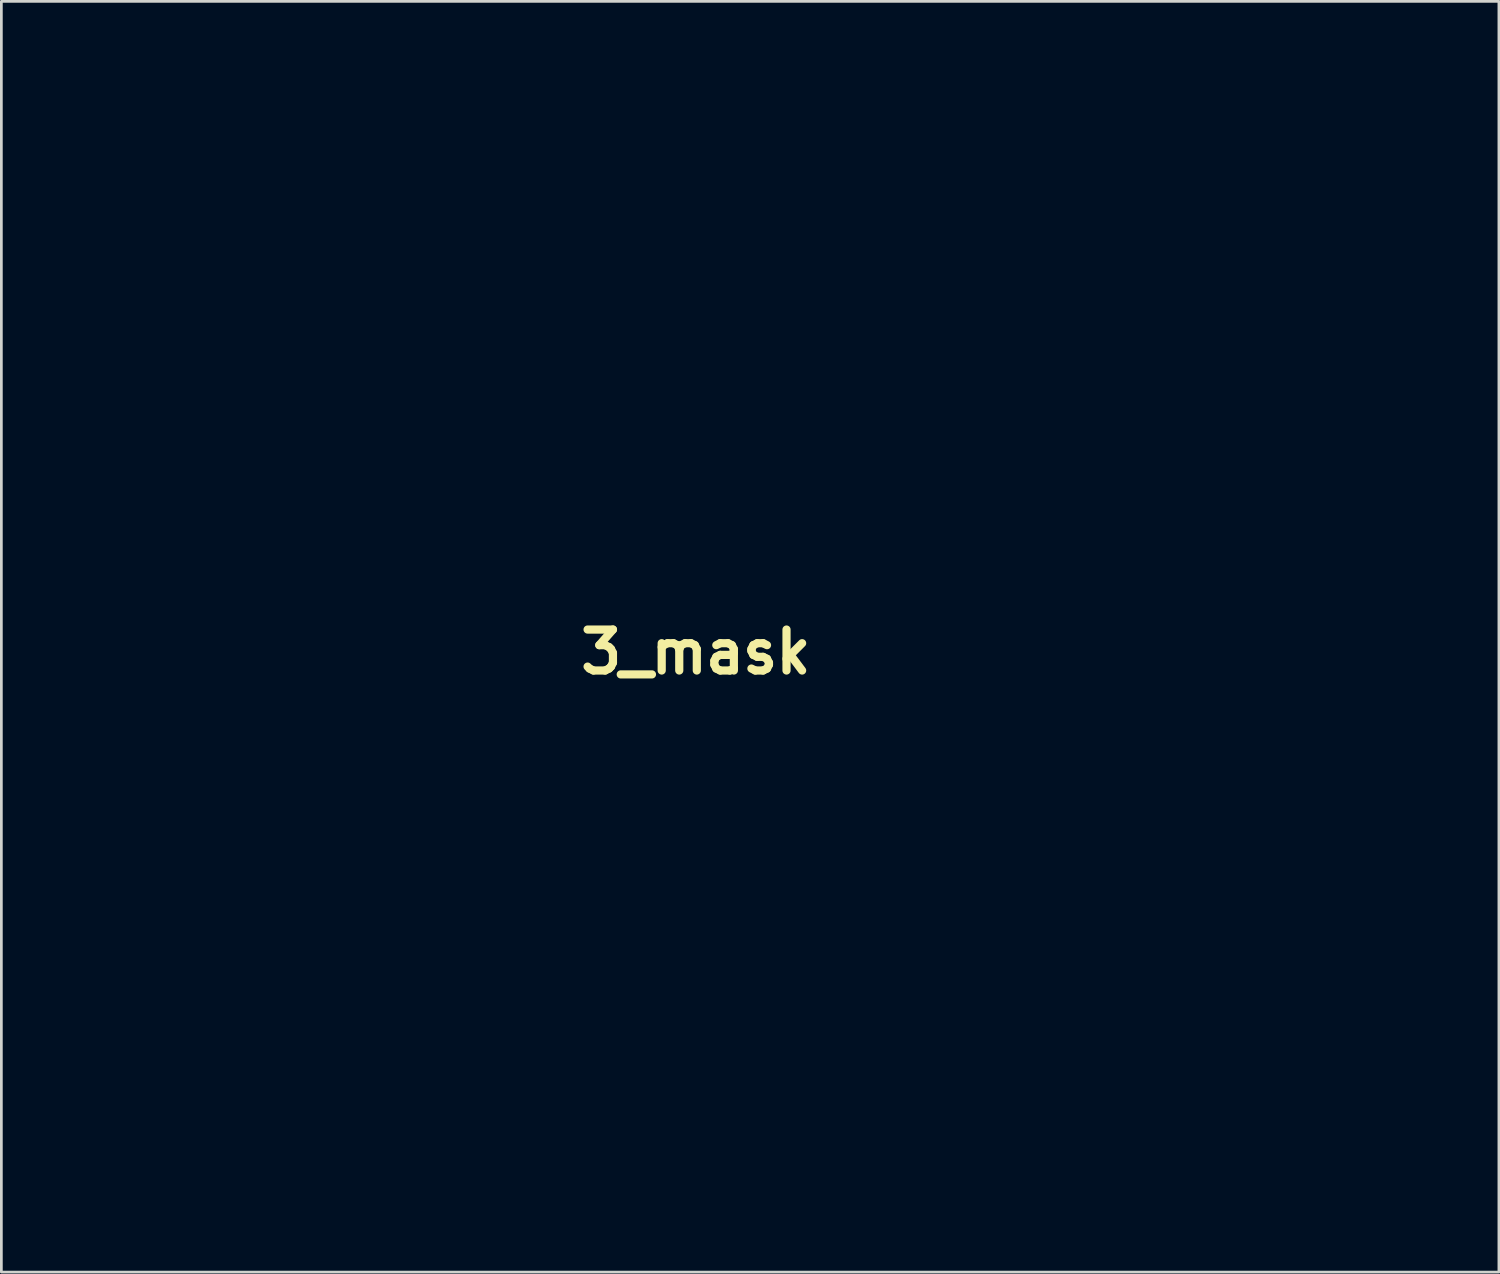
<source format=kicad_pcb>
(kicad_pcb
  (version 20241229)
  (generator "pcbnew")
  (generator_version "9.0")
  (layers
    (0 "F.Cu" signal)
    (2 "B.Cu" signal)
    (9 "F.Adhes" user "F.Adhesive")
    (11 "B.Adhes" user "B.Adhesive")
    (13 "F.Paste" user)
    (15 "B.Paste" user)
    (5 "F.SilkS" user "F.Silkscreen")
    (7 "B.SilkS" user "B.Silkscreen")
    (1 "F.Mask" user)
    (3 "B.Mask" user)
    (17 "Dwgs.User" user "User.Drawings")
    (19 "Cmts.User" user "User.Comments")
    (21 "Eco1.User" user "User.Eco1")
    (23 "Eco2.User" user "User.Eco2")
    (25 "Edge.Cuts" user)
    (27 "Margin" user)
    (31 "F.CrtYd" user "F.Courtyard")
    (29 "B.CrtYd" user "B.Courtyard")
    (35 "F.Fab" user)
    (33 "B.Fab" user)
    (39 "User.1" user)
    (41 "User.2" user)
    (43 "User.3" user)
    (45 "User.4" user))
  (footprint "3_mask"
    (layer "F.Cu")
    (at 22.436 20.83)
    (property "Reference" "3_mask" (at 0 0 0) (layer "F.SilkS") (effects (font (size 1.5 1.5) (thickness 0.3))))
    (attr board_only exclude_from_pos_files exclude_from_bom)
    (fp_poly (pts (xy -19.225 7.07) (xy -19.153 7.212) (xy -19.196 7.38) (xy -19.262 7.451) (xy -19.298 7.502) (xy -19.327 7.601) (xy -19.349 7.765) (xy -19.366 8.011) (xy -19.377 8.358) (xy -19.384 8.821) (xy -19.388 9.419) (xy -19.389 10.152) (xy -19.389 12.748) (xy -19.897 13.25) (xy -20.405 13.753) (xy -20.405 16.445) (xy -20.402 17.294) (xy -20.395 17.982) (xy -20.382 18.517) (xy -20.364 18.908) (xy -20.34 19.162) (xy -20.31 19.289) (xy -20.307 19.294) (xy -20.249 19.481) (xy -20.262 19.589) (xy -20.379 19.706) (xy -20.551 19.712) (xy -20.708 19.612) (xy -20.74 19.564) (xy -20.778 19.392) (xy -20.701 19.274) (xy -20.665 19.216) (xy -20.637 19.112) (xy -20.615 18.944) (xy -20.598 18.695) (xy -20.587 18.348) (xy -20.579 17.886) (xy -20.575 17.291) (xy -20.574 16.547) (xy -20.574 16.408) (xy -20.574 13.669) (xy -20.024 13.123) (xy -19.473 12.578) (xy -19.473 10.066) (xy -19.474 9.336) (xy -19.478 8.758) (xy -19.485 8.314) (xy -19.496 7.988) (xy -19.513 7.761) (xy -19.535 7.617) (xy -19.565 7.537) (xy -19.6 7.505) (xy -19.708 7.39) (xy -19.713 7.219) (xy -19.619 7.066) (xy -19.577 7.037) (xy -19.378 6.996)) (stroke (width 0) (type solid)) (fill yes) (layer "F.Mask"))
    (fp_poly (pts (xy -5.613 -12.243) (xy -5.521 -12.098) (xy -5.52 -12.019) (xy -5.484 -11.919) (xy -5.352 -11.737) (xy -5.117 -11.466) (xy -4.775 -11.098) (xy -4.317 -10.628) (xy -3.98 -10.289) (xy -2.415 -8.721) (xy 1.99 -8.721) (xy 6.395 -8.721) (xy 7.366 -9.694) (xy 8.337 -10.668) (xy 11.609 -10.668) (xy 12.454 -10.669) (xy 13.146 -10.671) (xy 13.699 -10.677) (xy 14.13 -10.685) (xy 14.453 -10.697) (xy 14.684 -10.713) (xy 14.84 -10.734) (xy 14.934 -10.76) (xy 14.984 -10.792) (xy 14.986 -10.795) (xy 15.157 -10.907) (xy 15.333 -10.897) (xy 15.471 -10.796) (xy 15.527 -10.635) (xy 15.463 -10.458) (xy 15.329 -10.374) (xy 15.158 -10.365) (xy 15.021 -10.425) (xy 14.986 -10.504) (xy 14.903 -10.524) (xy 14.664 -10.542) (xy 14.28 -10.557) (xy 13.763 -10.569) (xy 13.127 -10.577) (xy 12.383 -10.582) (xy 11.746 -10.583) (xy 8.506 -10.583) (xy 7.535 -9.61) (xy 6.564 -8.636) (xy 2.033 -8.636) (xy -2.499 -8.636) (xy -4.06 -10.198) (xy -4.611 -10.744) (xy -5.054 -11.168) (xy -5.396 -11.479) (xy -5.642 -11.679) (xy -5.8 -11.775) (xy -5.836 -11.786) (xy -6.021 -11.87) (xy -6.088 -12.027) (xy -6.021 -12.197) (xy -5.967 -12.247) (xy -5.782 -12.303)) (stroke (width 0) (type solid)) (fill yes) (layer "F.Mask"))
    (fp_poly (pts (xy -11.896 -3.698) (xy -11.646 -3.604) (xy -11.567 -3.549) (xy -11.286 -3.235) (xy -11.131 -2.864) (xy -11.102 -2.471) (xy -11.194 -2.094) (xy -11.407 -1.772) (xy -11.68 -1.568) (xy -11.938 -1.435) (xy -11.938 0.448) (xy -11.938 2.33) (xy -10.583 3.683) (xy -9.229 5.036) (xy -9.229 7.003) (xy -9.229 8.97) (xy -8.971 9.104) (xy -8.659 9.349) (xy -8.464 9.677) (xy -8.383 10.05) (xy -8.416 10.431) (xy -8.56 10.783) (xy -8.814 11.068) (xy -9.063 11.21) (xy -9.369 11.314) (xy -9.606 11.332) (xy -9.855 11.26) (xy -10.036 11.176) (xy -10.389 10.921) (xy -10.6 10.576) (xy -10.668 10.147) (xy -10.596 9.724) (xy -10.396 9.365) (xy -10.093 9.111) (xy -10.079 9.104) (xy -9.821 8.97) (xy -9.821 7.13) (xy -9.821 5.29) (xy -11.176 3.937) (xy -12.531 2.584) (xy -12.531 0.572) (xy -12.534 -0.083) (xy -12.544 -0.624) (xy -12.559 -1.038) (xy -12.58 -1.313) (xy -12.606 -1.434) (xy -12.612 -1.439) (xy -12.72 -1.491) (xy -12.898 -1.622) (xy -12.991 -1.7) (xy -13.272 -2.046) (xy -13.401 -2.435) (xy -13.378 -2.838) (xy -13.202 -3.221) (xy -13.002 -3.45) (xy -12.795 -3.618) (xy -12.599 -3.7) (xy -12.336 -3.725) (xy -12.247 -3.725)) (stroke (width 0) (type solid)) (fill yes) (layer "F.Mask"))
    (fp_poly (pts (xy -16.929 -11.137) (xy -16.635 -10.972) (xy -16.588 -10.929) (xy -16.399 -10.641) (xy -16.343 -10.327) (xy -16.404 -10.017) (xy -16.56 -9.743) (xy -16.793 -9.538) (xy -17.083 -9.432) (xy -17.411 -9.458) (xy -17.471 -9.478) (xy -17.565 -9.497) (xy -17.669 -9.471) (xy -17.806 -9.381) (xy -18.001 -9.211) (xy -18.277 -8.943) (xy -18.445 -8.776) (xy -19.219 -7.998) (xy -19.219 -1.691) (xy -19.219 4.616) (xy -17.949 5.884) (xy -16.679 7.152) (xy -16.679 10.564) (xy -16.679 13.977) (xy -16.341 14.299) (xy -16.119 14.543) (xy -16.017 14.752) (xy -16.002 14.884) (xy -16.071 15.272) (xy -16.258 15.572) (xy -16.533 15.764) (xy -16.867 15.828) (xy -17.23 15.744) (xy -17.272 15.725) (xy -17.446 15.581) (xy -17.61 15.358) (xy -17.639 15.303) (xy -17.734 15.065) (xy -17.742 14.867) (xy -17.692 14.681) (xy -17.536 14.401) (xy -17.347 14.236) (xy -17.104 14.097) (xy -17.103 10.752) (xy -17.103 7.406) (xy -18.373 6.138) (xy -19.643 4.87) (xy -19.643 -1.652) (xy -19.643 -8.174) (xy -18.803 -9.01) (xy -18.468 -9.348) (xy -18.239 -9.591) (xy -18.099 -9.762) (xy -18.032 -9.885) (xy -18.022 -9.981) (xy -18.039 -10.046) (xy -18.091 -10.379) (xy -18.005 -10.677) (xy -17.815 -10.921) (xy -17.551 -11.092) (xy -17.245 -11.17)) (stroke (width 0) (type solid)) (fill yes) (layer "F.Mask"))
    (fp_poly (pts (xy -12.61 -8.338) (xy -12.474 -8.227) (xy -12.449 -8.06) (xy -12.522 -7.899) (xy -12.684 -7.807) (xy -12.7 -7.804) (xy -12.848 -7.729) (xy -13.106 -7.525) (xy -13.475 -7.195) (xy -13.954 -6.737) (xy -14.287 -6.408) (xy -15.663 -5.04) (xy -15.663 -1.524) (xy -15.663 1.991) (xy -13.589 4.064) (xy -11.515 6.137) (xy -11.515 10.957) (xy -11.514 11.987) (xy -11.513 12.861) (xy -11.511 13.593) (xy -11.507 14.195) (xy -11.5 14.68) (xy -11.492 15.063) (xy -11.48 15.356) (xy -11.466 15.572) (xy -11.448 15.726) (xy -11.426 15.829) (xy -11.399 15.896) (xy -11.37 15.937) (xy -11.291 16.113) (xy -11.333 16.277) (xy -11.456 16.387) (xy -11.621 16.403) (xy -11.749 16.326) (xy -11.848 16.143) (xy -11.777 15.966) (xy -11.726 15.917) (xy -11.699 15.877) (xy -11.676 15.797) (xy -11.656 15.665) (xy -11.64 15.467) (xy -11.628 15.191) (xy -11.618 14.825) (xy -11.61 14.355) (xy -11.605 13.768) (xy -11.602 13.053) (xy -11.6 12.195) (xy -11.599 11.183) (xy -11.599 11.017) (xy -11.599 6.222) (xy -13.674 4.149) (xy -15.748 2.076) (xy -15.748 -1.524) (xy -15.748 -5.124) (xy -14.351 -6.519) (xy -13.836 -7.041) (xy -13.442 -7.455) (xy -13.167 -7.767) (xy -13.006 -7.981) (xy -12.954 -8.101) (xy -12.902 -8.3) (xy -12.748 -8.364)) (stroke (width 0) (type solid)) (fill yes) (layer "F.Mask"))
    (fp_poly (pts (xy -4.711 -20.755) (xy -4.451 -20.592) (xy -4.262 -20.357) (xy -4.176 -20.061) (xy -4.212 -19.766) (xy -4.235 -19.681) (xy -4.239 -19.602) (xy -4.211 -19.511) (xy -4.137 -19.393) (xy -4.007 -19.233) (xy -3.806 -19.015) (xy -3.522 -18.722) (xy -3.142 -18.339) (xy -2.719 -17.917) (xy -1.141 -16.341) (xy 0.679 -16.341) (xy 2.5 -16.341) (xy 3.556 -17.399) (xy 4.612 -18.457) (xy 6.579 -18.457) (xy 8.547 -18.457) (xy 8.67 -18.695) (xy 8.891 -18.958) (xy 9.195 -19.102) (xy 9.535 -19.119) (xy 9.866 -19.001) (xy 9.978 -18.921) (xy 10.219 -18.626) (xy 10.296 -18.288) (xy 10.214 -17.921) (xy 10.007 -17.613) (xy 9.722 -17.432) (xy 9.396 -17.384) (xy 9.067 -17.474) (xy 8.773 -17.705) (xy 8.742 -17.741) (xy 8.509 -18.034) (xy 6.645 -18.034) (xy 4.781 -18.034) (xy 3.725 -16.976) (xy 2.67 -15.917) (xy 0.678 -15.917) (xy -1.314 -15.917) (xy -2.954 -17.559) (xy -3.444 -18.048) (xy -3.829 -18.428) (xy -4.126 -18.713) (xy -4.349 -18.914) (xy -4.513 -19.046) (xy -4.632 -19.119) (xy -4.722 -19.148) (xy -4.798 -19.144) (xy -4.816 -19.139) (xy -5.182 -19.111) (xy -5.497 -19.22) (xy -5.737 -19.437) (xy -5.881 -19.731) (xy -5.904 -20.074) (xy -5.799 -20.406) (xy -5.586 -20.67) (xy -5.312 -20.807) (xy -5.009 -20.83)) (stroke (width 0) (type solid)) (fill yes) (layer "F.Mask"))
    (fp_poly (pts (xy 5.8 0.085) (xy 6.983 1.27) (xy 8.922 1.27) (xy 9.549 1.269) (xy 10.029 1.265) (xy 10.381 1.256) (xy 10.629 1.241) (xy 10.793 1.218) (xy 10.894 1.186) (xy 10.954 1.143) (xy 10.971 1.122) (xy 11.112 1.034) (xy 11.259 1.079) (xy 11.365 1.227) (xy 11.388 1.364) (xy 11.324 1.531) (xy 11.174 1.599) (xy 10.999 1.552) (xy 10.925 1.486) (xy 10.868 1.443) (xy 10.764 1.41) (xy 10.591 1.387) (xy 10.329 1.371) (xy 9.958 1.361) (xy 9.457 1.356) (xy 8.857 1.355) (xy 6.898 1.355) (xy 5.715 0.169) (xy 4.532 -1.016) (xy 1.123 -1.016) (xy -2.286 -1.016) (xy -2.286 0.488) (xy -2.286 1.992) (xy -0.952 3.324) (xy 0.383 4.657) (xy 2.007 4.657) (xy 2.592 4.652) (xy 3.068 4.64) (xy 3.419 4.62) (xy 3.629 4.594) (xy 3.683 4.572) (xy 3.812 4.497) (xy 3.997 4.499) (xy 4.148 4.569) (xy 4.179 4.614) (xy 4.195 4.806) (xy 4.179 4.868) (xy 4.066 4.964) (xy 3.884 4.994) (xy 3.722 4.95) (xy 3.683 4.911) (xy 3.581 4.881) (xy 3.325 4.856) (xy 2.932 4.839) (xy 2.417 4.828) (xy 1.963 4.826) (xy 0.294 4.826) (xy -1.08 3.449) (xy -2.455 2.072) (xy -2.455 0.486) (xy -2.455 -1.101) (xy 1.081 -1.101) (xy 4.617 -1.101)) (stroke (width 0) (type solid)) (fill yes) (layer "F.Mask"))
    (fp_poly (pts (xy -21.414 -13.223) (xy -21.411 -13.221) (xy -21.302 -13.192) (xy -21.072 -13.169) (xy -20.711 -13.151) (xy -20.212 -13.137) (xy -19.566 -13.128) (xy -18.763 -13.124) (xy -18.223 -13.123) (xy -15.192 -13.123) (xy -14.75 -12.676) (xy -14.309 -12.229) (xy -14.309 -10.792) (xy -14.309 -9.354) (xy -15.96 -7.705) (xy -17.611 -6.055) (xy -17.611 -1.397) (xy -17.611 3.261) (xy -15.663 5.207) (xy -13.716 7.153) (xy -13.716 9.348) (xy -13.715 10.029) (xy -13.71 10.561) (xy -13.702 10.963) (xy -13.687 11.255) (xy -13.666 11.456) (xy -13.638 11.588) (xy -13.6 11.669) (xy -13.582 11.691) (xy -13.5 11.87) (xy -13.537 12.037) (xy -13.655 12.15) (xy -13.816 12.171) (xy -13.953 12.09) (xy -14.041 11.922) (xy -14.039 11.74) (xy -13.97 11.642) (xy -13.943 11.541) (xy -13.92 11.281) (xy -13.903 10.874) (xy -13.891 10.33) (xy -13.886 9.659) (xy -13.885 9.371) (xy -13.885 7.153) (xy -15.833 5.207) (xy -17.78 3.261) (xy -17.78 -1.434) (xy -17.78 -6.129) (xy -16.129 -7.787) (xy -14.478 -9.446) (xy -14.478 -10.837) (xy -14.478 -12.228) (xy -14.834 -12.591) (xy -15.191 -12.954) (xy -18.222 -12.954) (xy -19.119 -12.952) (xy -19.855 -12.946) (xy -20.438 -12.935) (xy -20.878 -12.92) (xy -21.183 -12.899) (xy -21.362 -12.873) (xy -21.411 -12.856) (xy -21.614 -12.797) (xy -21.777 -12.864) (xy -21.844 -13.035) (xy -21.844 -13.039) (xy -21.778 -13.211) (xy -21.617 -13.28)) (stroke (width 0) (type solid)) (fill yes) (layer "F.Mask"))
    (fp_poly (pts (xy -8.881 -20.144) (xy -8.823 -20.019) (xy -8.758 -19.916) (xy -8.588 -19.711) (xy -8.329 -19.422) (xy -7.995 -19.065) (xy -7.603 -18.658) (xy -7.168 -18.217) (xy -7.108 -18.157) (xy -5.419 -16.469) (xy -5.419 -15.409) (xy -5.419 -14.349) (xy -3.873 -12.805) (xy -2.327 -11.261) (xy 1.611 -11.261) (xy 5.549 -11.261) (xy 6.435 -12.15) (xy 7.321 -13.039) (xy 16.614 -13.039) (xy 17.958 -13.039) (xy 19.228 -13.041) (xy 20.415 -13.045) (xy 21.51 -13.049) (xy 22.504 -13.054) (xy 23.389 -13.061) (xy 24.156 -13.068) (xy 24.795 -13.077) (xy 25.298 -13.086) (xy 25.657 -13.096) (xy 25.861 -13.106) (xy 25.908 -13.114) (xy 25.976 -13.213) (xy 26.128 -13.251) (xy 26.283 -13.212) (xy 26.3 -13.199) (xy 26.414 -13.028) (xy 26.398 -12.861) (xy 26.284 -12.743) (xy 26.106 -12.721) (xy 25.983 -12.771) (xy 25.909 -12.788) (xy 25.741 -12.803) (xy 25.471 -12.816) (xy 25.094 -12.827) (xy 24.602 -12.837) (xy 23.989 -12.846) (xy 23.249 -12.853) (xy 22.375 -12.858) (xy 21.361 -12.863) (xy 20.201 -12.866) (xy 18.887 -12.868) (xy 17.413 -12.869) (xy 16.622 -12.869) (xy 7.418 -12.869) (xy 6.515 -11.98) (xy 5.613 -11.091) (xy 1.642 -11.091) (xy -2.33 -11.091) (xy -3.917 -12.68) (xy -5.503 -14.268) (xy -5.503 -15.284) (xy -5.503 -16.3) (xy -7.218 -18.007) (xy -7.666 -18.448) (xy -8.082 -18.849) (xy -8.45 -19.194) (xy -8.752 -19.468) (xy -8.972 -19.655) (xy -9.092 -19.74) (xy -9.102 -19.743) (xy -9.241 -19.833) (xy -9.271 -19.982) (xy -9.236 -20.143) (xy -9.097 -20.192) (xy -9.059 -20.193)) (stroke (width 0) (type solid)) (fill yes) (layer "F.Mask"))
    (fp_poly (pts (xy -21.414 -18.473) (xy -21.411 -18.471) (xy -21.324 -18.449) (xy -21.133 -18.43) (xy -20.83 -18.415) (xy -20.408 -18.401) (xy -19.857 -18.391) (xy -19.171 -18.383) (xy -18.34 -18.378) (xy -17.358 -18.374) (xy -16.217 -18.373) (xy -15.945 -18.373) (xy -10.637 -18.373) (xy -9.171 -16.915) (xy -7.705 -15.458) (xy -7.705 -13.295) (xy -7.705 -11.133) (xy -5.228 -8.657) (xy -2.751 -6.181) (xy 2.915 -6.181) (xy 4.041 -6.181) (xy 5.01 -6.182) (xy 5.834 -6.184) (xy 6.524 -6.188) (xy 7.094 -6.193) (xy 7.555 -6.2) (xy 7.918 -6.209) (xy 8.197 -6.221) (xy 8.403 -6.236) (xy 8.549 -6.253) (xy 8.646 -6.275) (xy 8.706 -6.299) (xy 8.732 -6.318) (xy 8.913 -6.402) (xy 9.081 -6.366) (xy 9.192 -6.246) (xy 9.204 -6.079) (xy 9.143 -5.968) (xy 8.968 -5.851) (xy 8.789 -5.902) (xy 8.721 -5.969) (xy 8.683 -5.994) (xy 8.608 -6.016) (xy 8.482 -6.034) (xy 8.296 -6.05) (xy 8.036 -6.062) (xy 7.692 -6.073) (xy 7.252 -6.081) (xy 6.704 -6.087) (xy 6.036 -6.091) (xy 5.238 -6.094) (xy 4.297 -6.095) (xy 3.201 -6.096) (xy 2.847 -6.096) (xy -2.922 -6.096) (xy -5.356 -8.531) (xy -7.789 -10.965) (xy -7.789 -13.125) (xy -7.789 -15.284) (xy -9.251 -16.744) (xy -10.712 -18.203) (xy -15.983 -18.203) (xy -17.156 -18.202) (xy -18.168 -18.199) (xy -19.027 -18.194) (xy -19.74 -18.187) (xy -20.316 -18.177) (xy -20.762 -18.164) (xy -21.086 -18.149) (xy -21.297 -18.131) (xy -21.402 -18.109) (xy -21.411 -18.105) (xy -21.614 -18.046) (xy -21.777 -18.114) (xy -21.844 -18.285) (xy -21.844 -18.288) (xy -21.778 -18.46) (xy -21.617 -18.529)) (stroke (width 0) (type solid)) (fill yes) (layer "F.Mask"))
    (fp_poly (pts (xy -21.419 -15.868) (xy -21.099 -15.705) (xy -20.902 -15.498) (xy -20.711 -15.24) (xy -17.076 -15.24) (xy -13.441 -15.24) (xy -12.732 -14.548) (xy -12.023 -13.855) (xy -12.023 -11.986) (xy -12.023 -10.117) (xy -8.043 -6.138) (xy -4.064 -2.16) (xy -4.064 0.466) (xy -4.064 3.092) (xy -2.178 4.977) (xy -1.652 5.501) (xy -1.232 5.918) (xy -0.903 6.238) (xy -0.65 6.474) (xy -0.461 6.638) (xy -0.321 6.742) (xy -0.215 6.798) (xy -0.13 6.818) (xy -0.052 6.813) (xy -0.019 6.807) (xy 0.356 6.807) (xy 0.672 6.949) (xy 0.899 7.209) (xy 1.008 7.563) (xy 1.014 7.681) (xy 0.94 8.045) (xy 0.746 8.321) (xy 0.465 8.49) (xy 0.131 8.534) (xy -0.225 8.435) (xy -0.306 8.39) (xy -0.564 8.144) (xy -0.697 7.822) (xy -0.685 7.476) (xy -0.681 7.464) (xy -0.667 7.392) (xy -0.673 7.316) (xy -0.713 7.223) (xy -0.798 7.098) (xy -0.939 6.929) (xy -1.149 6.701) (xy -1.438 6.4) (xy -1.819 6.014) (xy -2.304 5.528) (xy -2.549 5.283) (xy -4.487 3.346) (xy -4.487 0.678) (xy -4.487 -1.99) (xy -8.467 -5.969) (xy -12.446 -9.948) (xy -12.446 -11.766) (xy -12.446 -13.585) (xy -13.058 -14.201) (xy -13.669 -14.817) (xy -17.201 -14.817) (xy -18.066 -14.816) (xy -18.778 -14.815) (xy -19.351 -14.812) (xy -19.8 -14.807) (xy -20.142 -14.799) (xy -20.391 -14.787) (xy -20.563 -14.77) (xy -20.673 -14.749) (xy -20.737 -14.721) (xy -20.77 -14.687) (xy -20.785 -14.65) (xy -20.943 -14.406) (xy -21.215 -14.225) (xy -21.545 -14.142) (xy -21.608 -14.139) (xy -21.949 -14.207) (xy -22.202 -14.387) (xy -22.366 -14.645) (xy -22.436 -14.946) (xy -22.409 -15.255) (xy -22.282 -15.537) (xy -22.053 -15.758) (xy -21.768 -15.873)) (stroke (width 0) (type solid)) (fill yes) (layer "F.Mask")))
  (gr_rect
    (start -3 -3)
    (end 51.85 43.543)
    (stroke (width 0.1) (type default))
    (fill no)
    (layer "Edge.Cuts")))
</source>
